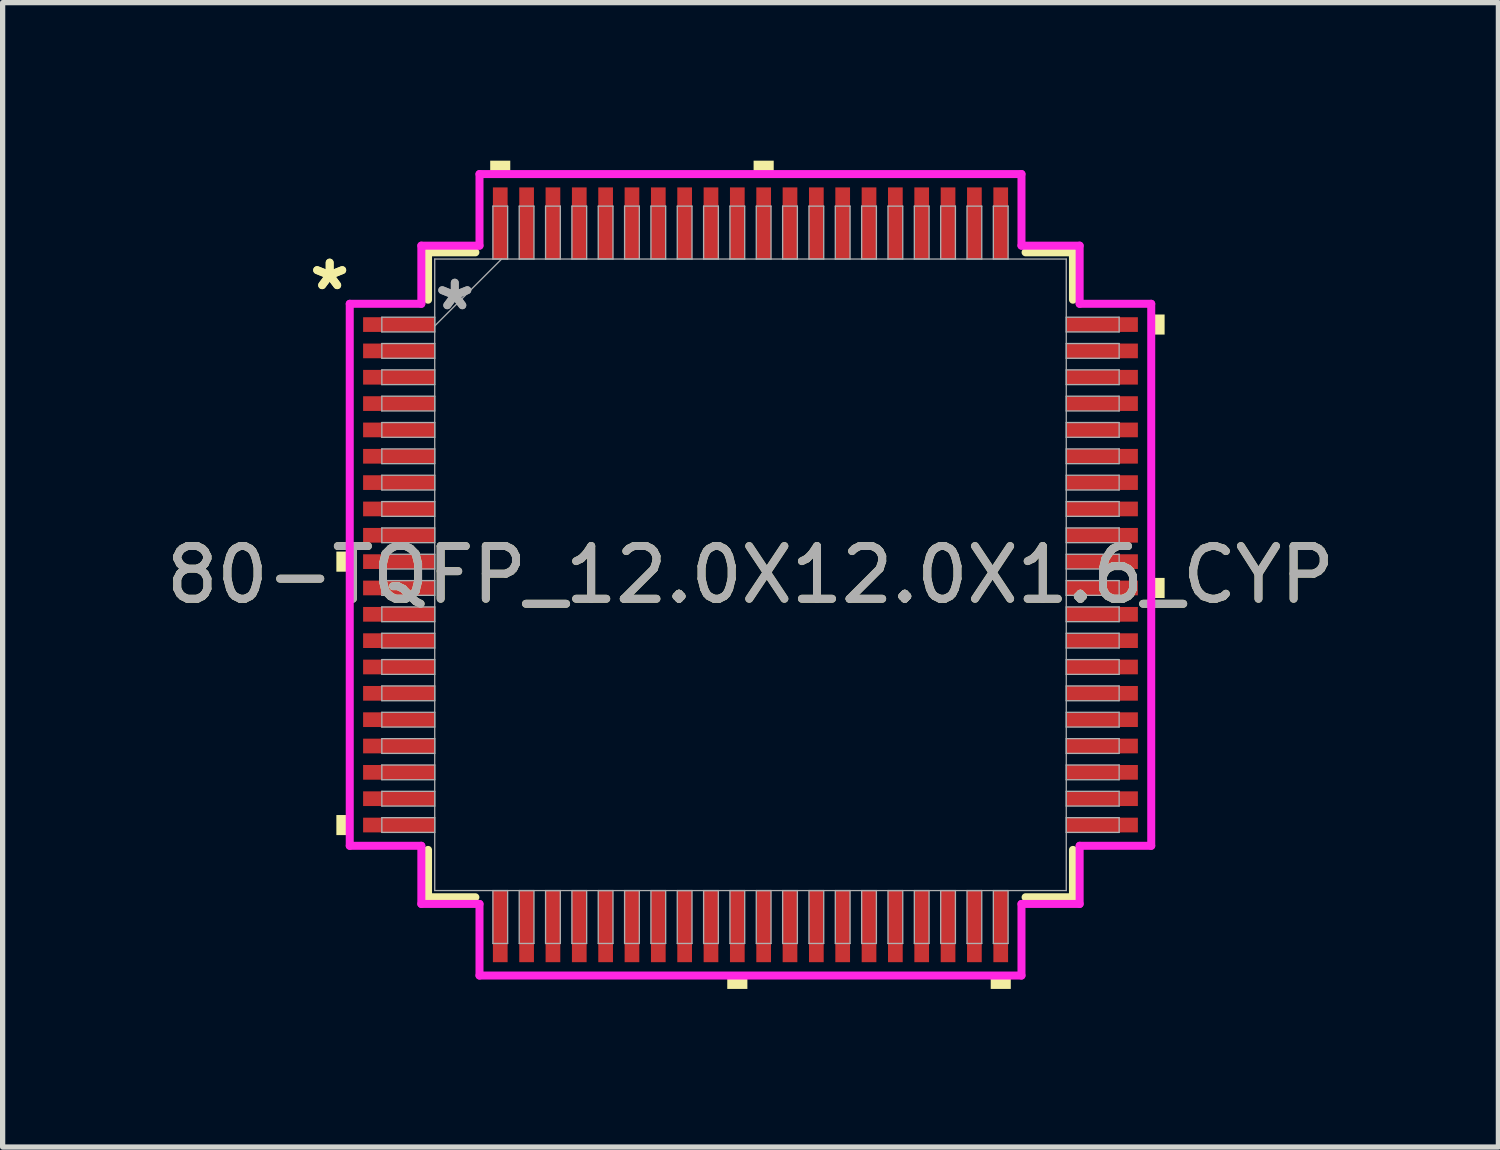
<source format=kicad_pcb>
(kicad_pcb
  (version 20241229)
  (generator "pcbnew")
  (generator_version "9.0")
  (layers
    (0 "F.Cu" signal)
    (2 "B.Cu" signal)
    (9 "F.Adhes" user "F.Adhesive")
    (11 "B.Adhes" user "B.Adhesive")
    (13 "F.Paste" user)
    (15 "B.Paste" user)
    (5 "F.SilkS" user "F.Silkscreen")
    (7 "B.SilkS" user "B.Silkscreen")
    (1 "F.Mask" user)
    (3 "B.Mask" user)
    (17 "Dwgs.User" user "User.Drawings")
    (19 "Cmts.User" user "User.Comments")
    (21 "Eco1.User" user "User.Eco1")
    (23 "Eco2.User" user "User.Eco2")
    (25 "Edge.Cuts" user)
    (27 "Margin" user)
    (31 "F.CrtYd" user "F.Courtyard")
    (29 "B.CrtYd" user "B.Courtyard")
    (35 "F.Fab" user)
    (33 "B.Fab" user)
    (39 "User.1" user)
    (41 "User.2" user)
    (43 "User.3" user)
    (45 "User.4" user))
  (footprint "80-TQFP_12.0X12.0X1.6_CYP"
    (layer "F.Cu")
    (at 11.196 7.861)
    (property "Reference" "80-TQFP_12.0X12.0X1.6_CYP" (at 0 0 0) (unlocked yes) (layer "F.SilkS") (effects (font (size 1 1) (thickness 0.15))))
    (attr smd)
    (fp_line (start -6.121 -6.121) (end -6.121 -5.222) (stroke (width 0.152) (type solid)) (layer "F.SilkS"))
    (fp_line (start -6.121 5.222) (end -6.121 6.121) (stroke (width 0.152) (type solid)) (layer "F.SilkS"))
    (fp_line (start -6.121 6.121) (end -5.222 6.121) (stroke (width 0.152) (type solid)) (layer "F.SilkS"))
    (fp_line (start -5.222 -6.121) (end -6.121 -6.121) (stroke (width 0.152) (type solid)) (layer "F.SilkS"))
    (fp_line (start 5.222 6.121) (end 6.121 6.121) (stroke (width 0.152) (type solid)) (layer "F.SilkS"))
    (fp_line (start 6.121 -6.121) (end 5.222 -6.121) (stroke (width 0.152) (type solid)) (layer "F.SilkS"))
    (fp_line (start 6.121 -5.222) (end 6.121 -6.121) (stroke (width 0.152) (type solid)) (layer "F.SilkS"))
    (fp_line (start 6.121 6.121) (end 6.121 5.222) (stroke (width 0.152) (type solid)) (layer "F.SilkS"))
    (fp_poly (pts (xy -7.861 -0.441) (xy -7.861 -0.059) (xy -7.607 -0.059) (xy -7.607 -0.441)) (stroke (width 0) (type solid)) (fill yes) (layer "F.SilkS"))
    (fp_poly (pts (xy -7.861 4.56) (xy -7.861 4.941) (xy -7.607 4.941) (xy -7.607 4.56)) (stroke (width 0) (type solid)) (fill yes) (layer "F.SilkS"))
    (fp_poly (pts (xy -4.941 -7.607) (xy -4.941 -7.861) (xy -4.56 -7.861) (xy -4.56 -7.607)) (stroke (width 0) (type solid)) (fill yes) (layer "F.SilkS"))
    (fp_poly (pts (xy -0.441 7.607) (xy -0.441 7.861) (xy -0.059 7.861) (xy -0.059 7.607)) (stroke (width 0) (type solid)) (fill yes) (layer "F.SilkS"))
    (fp_poly (pts (xy 0.059 -7.607) (xy 0.059 -7.861) (xy 0.441 -7.861) (xy 0.441 -7.607)) (stroke (width 0) (type solid)) (fill yes) (layer "F.SilkS"))
    (fp_poly (pts (xy 4.56 7.607) (xy 4.56 7.861) (xy 4.941 7.861) (xy 4.941 7.607)) (stroke (width 0) (type solid)) (fill yes) (layer "F.SilkS"))
    (fp_poly (pts (xy 7.861 -4.941) (xy 7.861 -4.56) (xy 7.607 -4.56) (xy 7.607 -4.941)) (stroke (width 0) (type solid)) (fill yes) (layer "F.SilkS"))
    (fp_poly (pts (xy 7.861 0.059) (xy 7.861 0.441) (xy 7.607 0.441) (xy 7.607 0.059)) (stroke (width 0) (type solid)) (fill yes) (layer "F.SilkS"))
    (fp_line (start -7.607 -5.144) (end -6.248 -5.144) (stroke (width 0.152) (type solid)) (layer "F.CrtYd"))
    (fp_line (start -7.607 5.144) (end -7.607 -5.144) (stroke (width 0.152) (type solid)) (layer "F.CrtYd"))
    (fp_line (start -6.248 -6.248) (end -5.144 -6.248) (stroke (width 0.152) (type solid)) (layer "F.CrtYd"))
    (fp_line (start -6.248 -5.144) (end -6.248 -6.248) (stroke (width 0.152) (type solid)) (layer "F.CrtYd"))
    (fp_line (start -6.248 5.144) (end -7.607 5.144) (stroke (width 0.152) (type solid)) (layer "F.CrtYd"))
    (fp_line (start -6.248 6.248) (end -6.248 5.144) (stroke (width 0.152) (type solid)) (layer "F.CrtYd"))
    (fp_line (start -6.248 6.248) (end -5.144 6.248) (stroke (width 0.152) (type solid)) (layer "F.CrtYd"))
    (fp_line (start -5.144 -7.607) (end 5.144 -7.607) (stroke (width 0.152) (type solid)) (layer "F.CrtYd"))
    (fp_line (start -5.144 -6.248) (end -5.144 -7.607) (stroke (width 0.152) (type solid)) (layer "F.CrtYd"))
    (fp_line (start -5.144 6.248) (end -5.144 7.607) (stroke (width 0.152) (type solid)) (layer "F.CrtYd"))
    (fp_line (start -5.144 7.607) (end 5.144 7.607) (stroke (width 0.152) (type solid)) (layer "F.CrtYd"))
    (fp_line (start 5.144 -7.607) (end 5.144 -6.248) (stroke (width 0.152) (type solid)) (layer "F.CrtYd"))
    (fp_line (start 5.144 -6.248) (end 6.248 -6.248) (stroke (width 0.152) (type solid)) (layer "F.CrtYd"))
    (fp_line (start 5.144 6.248) (end 6.248 6.248) (stroke (width 0.152) (type solid)) (layer "F.CrtYd"))
    (fp_line (start 5.144 7.607) (end 5.144 6.248) (stroke (width 0.152) (type solid)) (layer "F.CrtYd"))
    (fp_line (start 6.248 -5.144) (end 6.248 -6.248) (stroke (width 0.152) (type solid)) (layer "F.CrtYd"))
    (fp_line (start 6.248 5.144) (end 7.607 5.144) (stroke (width 0.152) (type solid)) (layer "F.CrtYd"))
    (fp_line (start 6.248 6.248) (end 6.248 5.144) (stroke (width 0.152) (type solid)) (layer "F.CrtYd"))
    (fp_line (start 7.607 -5.144) (end 6.248 -5.144) (stroke (width 0.152) (type solid)) (layer "F.CrtYd"))
    (fp_line (start 7.607 5.144) (end 7.607 -5.144) (stroke (width 0.152) (type solid)) (layer "F.CrtYd"))
    (fp_line (start -6.998 -4.89) (end -6.998 -4.61) (stroke (width 0.025) (type solid)) (layer "F.Fab"))
    (fp_line (start -6.998 -4.61) (end -5.994 -4.61) (stroke (width 0.025) (type solid)) (layer "F.Fab"))
    (fp_line (start -6.998 -4.39) (end -6.998 -4.11) (stroke (width 0.025) (type solid)) (layer "F.Fab"))
    (fp_line (start -6.998 -4.11) (end -5.994 -4.11) (stroke (width 0.025) (type solid)) (layer "F.Fab"))
    (fp_line (start -6.998 -3.89) (end -6.998 -3.61) (stroke (width 0.025) (type solid)) (layer "F.Fab"))
    (fp_line (start -6.998 -3.61) (end -5.994 -3.61) (stroke (width 0.025) (type solid)) (layer "F.Fab"))
    (fp_line (start -6.998 -3.39) (end -6.998 -3.11) (stroke (width 0.025) (type solid)) (layer "F.Fab"))
    (fp_line (start -6.998 -3.11) (end -5.994 -3.11) (stroke (width 0.025) (type solid)) (layer "F.Fab"))
    (fp_line (start -6.998 -2.89) (end -6.998 -2.61) (stroke (width 0.025) (type solid)) (layer "F.Fab"))
    (fp_line (start -6.998 -2.61) (end -5.994 -2.61) (stroke (width 0.025) (type solid)) (layer "F.Fab"))
    (fp_line (start -6.998 -2.39) (end -6.998 -2.11) (stroke (width 0.025) (type solid)) (layer "F.Fab"))
    (fp_line (start -6.998 -2.11) (end -5.994 -2.11) (stroke (width 0.025) (type solid)) (layer "F.Fab"))
    (fp_line (start -6.998 -1.89) (end -6.998 -1.61) (stroke (width 0.025) (type solid)) (layer "F.Fab"))
    (fp_line (start -6.998 -1.61) (end -5.994 -1.61) (stroke (width 0.025) (type solid)) (layer "F.Fab"))
    (fp_line (start -6.998 -1.39) (end -6.998 -1.11) (stroke (width 0.025) (type solid)) (layer "F.Fab"))
    (fp_line (start -6.998 -1.11) (end -5.994 -1.11) (stroke (width 0.025) (type solid)) (layer "F.Fab"))
    (fp_line (start -6.998 -0.89) (end -6.998 -0.61) (stroke (width 0.025) (type solid)) (layer "F.Fab"))
    (fp_line (start -6.998 -0.61) (end -5.994 -0.61) (stroke (width 0.025) (type solid)) (layer "F.Fab"))
    (fp_line (start -6.998 -0.39) (end -6.998 -0.11) (stroke (width 0.025) (type solid)) (layer "F.Fab"))
    (fp_line (start -6.998 -0.11) (end -5.994 -0.11) (stroke (width 0.025) (type solid)) (layer "F.Fab"))
    (fp_line (start -6.998 0.11) (end -6.998 0.39) (stroke (width 0.025) (type solid)) (layer "F.Fab"))
    (fp_line (start -6.998 0.39) (end -5.994 0.39) (stroke (width 0.025) (type solid)) (layer "F.Fab"))
    (fp_line (start -6.998 0.61) (end -6.998 0.89) (stroke (width 0.025) (type solid)) (layer "F.Fab"))
    (fp_line (start -6.998 0.89) (end -5.994 0.89) (stroke (width 0.025) (type solid)) (layer "F.Fab"))
    (fp_line (start -6.998 1.11) (end -6.998 1.39) (stroke (width 0.025) (type solid)) (layer "F.Fab"))
    (fp_line (start -6.998 1.39) (end -5.994 1.39) (stroke (width 0.025) (type solid)) (layer "F.Fab"))
    (fp_line (start -6.998 1.61) (end -6.998 1.89) (stroke (width 0.025) (type solid)) (layer "F.Fab"))
    (fp_line (start -6.998 1.89) (end -5.994 1.89) (stroke (width 0.025) (type solid)) (layer "F.Fab"))
    (fp_line (start -6.998 2.11) (end -6.998 2.39) (stroke (width 0.025) (type solid)) (layer "F.Fab"))
    (fp_line (start -6.998 2.39) (end -5.994 2.39) (stroke (width 0.025) (type solid)) (layer "F.Fab"))
    (fp_line (start -6.998 2.61) (end -6.998 2.89) (stroke (width 0.025) (type solid)) (layer "F.Fab"))
    (fp_line (start -6.998 2.89) (end -5.994 2.89) (stroke (width 0.025) (type solid)) (layer "F.Fab"))
    (fp_line (start -6.998 3.11) (end -6.998 3.39) (stroke (width 0.025) (type solid)) (layer "F.Fab"))
    (fp_line (start -6.998 3.39) (end -5.994 3.39) (stroke (width 0.025) (type solid)) (layer "F.Fab"))
    (fp_line (start -6.998 3.61) (end -6.998 3.89) (stroke (width 0.025) (type solid)) (layer "F.Fab"))
    (fp_line (start -6.998 3.89) (end -5.994 3.89) (stroke (width 0.025) (type solid)) (layer "F.Fab"))
    (fp_line (start -6.998 4.11) (end -6.998 4.39) (stroke (width 0.025) (type solid)) (layer "F.Fab"))
    (fp_line (start -6.998 4.39) (end -5.994 4.39) (stroke (width 0.025) (type solid)) (layer "F.Fab"))
    (fp_line (start -6.998 4.61) (end -6.998 4.89) (stroke (width 0.025) (type solid)) (layer "F.Fab"))
    (fp_line (start -6.998 4.89) (end -5.994 4.89) (stroke (width 0.025) (type solid)) (layer "F.Fab"))
    (fp_line (start -5.994 -5.994) (end -5.994 5.994) (stroke (width 0.025) (type solid)) (layer "F.Fab"))
    (fp_line (start -5.994 -4.89) (end -6.998 -4.89) (stroke (width 0.025) (type solid)) (layer "F.Fab"))
    (fp_line (start -5.994 -4.724) (end -4.724 -5.994) (stroke (width 0.025) (type solid)) (layer "F.Fab"))
    (fp_line (start -5.994 -4.61) (end -5.994 -4.89) (stroke (width 0.025) (type solid)) (layer "F.Fab"))
    (fp_line (start -5.994 -4.39) (end -6.998 -4.39) (stroke (width 0.025) (type solid)) (layer "F.Fab"))
    (fp_line (start -5.994 -4.11) (end -5.994 -4.39) (stroke (width 0.025) (type solid)) (layer "F.Fab"))
    (fp_line (start -5.994 -3.89) (end -6.998 -3.89) (stroke (width 0.025) (type solid)) (layer "F.Fab"))
    (fp_line (start -5.994 -3.61) (end -5.994 -3.89) (stroke (width 0.025) (type solid)) (layer "F.Fab"))
    (fp_line (start -5.994 -3.39) (end -6.998 -3.39) (stroke (width 0.025) (type solid)) (layer "F.Fab"))
    (fp_line (start -5.994 -3.11) (end -5.994 -3.39) (stroke (width 0.025) (type solid)) (layer "F.Fab"))
    (fp_line (start -5.994 -2.89) (end -6.998 -2.89) (stroke (width 0.025) (type solid)) (layer "F.Fab"))
    (fp_line (start -5.994 -2.61) (end -5.994 -2.89) (stroke (width 0.025) (type solid)) (layer "F.Fab"))
    (fp_line (start -5.994 -2.39) (end -6.998 -2.39) (stroke (width 0.025) (type solid)) (layer "F.Fab"))
    (fp_line (start -5.994 -2.11) (end -5.994 -2.39) (stroke (width 0.025) (type solid)) (layer "F.Fab"))
    (fp_line (start -5.994 -1.89) (end -6.998 -1.89) (stroke (width 0.025) (type solid)) (layer "F.Fab"))
    (fp_line (start -5.994 -1.61) (end -5.994 -1.89) (stroke (width 0.025) (type solid)) (layer "F.Fab"))
    (fp_line (start -5.994 -1.39) (end -6.998 -1.39) (stroke (width 0.025) (type solid)) (layer "F.Fab"))
    (fp_line (start -5.994 -1.11) (end -5.994 -1.39) (stroke (width 0.025) (type solid)) (layer "F.Fab"))
    (fp_line (start -5.994 -0.89) (end -6.998 -0.89) (stroke (width 0.025) (type solid)) (layer "F.Fab"))
    (fp_line (start -5.994 -0.61) (end -5.994 -0.89) (stroke (width 0.025) (type solid)) (layer "F.Fab"))
    (fp_line (start -5.994 -0.39) (end -6.998 -0.39) (stroke (width 0.025) (type solid)) (layer "F.Fab"))
    (fp_line (start -5.994 -0.11) (end -5.994 -0.39) (stroke (width 0.025) (type solid)) (layer "F.Fab"))
    (fp_line (start -5.994 0.11) (end -6.998 0.11) (stroke (width 0.025) (type solid)) (layer "F.Fab"))
    (fp_line (start -5.994 0.39) (end -5.994 0.11) (stroke (width 0.025) (type solid)) (layer "F.Fab"))
    (fp_line (start -5.994 0.61) (end -6.998 0.61) (stroke (width 0.025) (type solid)) (layer "F.Fab"))
    (fp_line (start -5.994 0.89) (end -5.994 0.61) (stroke (width 0.025) (type solid)) (layer "F.Fab"))
    (fp_line (start -5.994 1.11) (end -6.998 1.11) (stroke (width 0.025) (type solid)) (layer "F.Fab"))
    (fp_line (start -5.994 1.39) (end -5.994 1.11) (stroke (width 0.025) (type solid)) (layer "F.Fab"))
    (fp_line (start -5.994 1.61) (end -6.998 1.61) (stroke (width 0.025) (type solid)) (layer "F.Fab"))
    (fp_line (start -5.994 1.89) (end -5.994 1.61) (stroke (width 0.025) (type solid)) (layer "F.Fab"))
    (fp_line (start -5.994 2.11) (end -6.998 2.11) (stroke (width 0.025) (type solid)) (layer "F.Fab"))
    (fp_line (start -5.994 2.39) (end -5.994 2.11) (stroke (width 0.025) (type solid)) (layer "F.Fab"))
    (fp_line (start -5.994 2.61) (end -6.998 2.61) (stroke (width 0.025) (type solid)) (layer "F.Fab"))
    (fp_line (start -5.994 2.89) (end -5.994 2.61) (stroke (width 0.025) (type solid)) (layer "F.Fab"))
    (fp_line (start -5.994 3.11) (end -6.998 3.11) (stroke (width 0.025) (type solid)) (layer "F.Fab"))
    (fp_line (start -5.994 3.39) (end -5.994 3.11) (stroke (width 0.025) (type solid)) (layer "F.Fab"))
    (fp_line (start -5.994 3.61) (end -6.998 3.61) (stroke (width 0.025) (type solid)) (layer "F.Fab"))
    (fp_line (start -5.994 3.89) (end -5.994 3.61) (stroke (width 0.025) (type solid)) (layer "F.Fab"))
    (fp_line (start -5.994 4.11) (end -6.998 4.11) (stroke (width 0.025) (type solid)) (layer "F.Fab"))
    (fp_line (start -5.994 4.39) (end -5.994 4.11) (stroke (width 0.025) (type solid)) (layer "F.Fab"))
    (fp_line (start -5.994 4.61) (end -6.998 4.61) (stroke (width 0.025) (type solid)) (layer "F.Fab"))
    (fp_line (start -5.994 4.89) (end -5.994 4.61) (stroke (width 0.025) (type solid)) (layer "F.Fab"))
    (fp_line (start -5.994 5.994) (end 5.994 5.994) (stroke (width 0.025) (type solid)) (layer "F.Fab"))
    (fp_line (start -4.89 -6.998) (end -4.89 -5.994) (stroke (width 0.025) (type solid)) (layer "F.Fab"))
    (fp_line (start -4.89 -5.994) (end -4.61 -5.994) (stroke (width 0.025) (type solid)) (layer "F.Fab"))
    (fp_line (start -4.89 5.994) (end -4.89 6.998) (stroke (width 0.025) (type solid)) (layer "F.Fab"))
    (fp_line (start -4.89 6.998) (end -4.61 6.998) (stroke (width 0.025) (type solid)) (layer "F.Fab"))
    (fp_line (start -4.61 -6.998) (end -4.89 -6.998) (stroke (width 0.025) (type solid)) (layer "F.Fab"))
    (fp_line (start -4.61 -5.994) (end -4.61 -6.998) (stroke (width 0.025) (type solid)) (layer "F.Fab"))
    (fp_line (start -4.61 5.994) (end -4.89 5.994) (stroke (width 0.025) (type solid)) (layer "F.Fab"))
    (fp_line (start -4.61 6.998) (end -4.61 5.994) (stroke (width 0.025) (type solid)) (layer "F.Fab"))
    (fp_line (start -4.39 -6.998) (end -4.39 -5.994) (stroke (width 0.025) (type solid)) (layer "F.Fab"))
    (fp_line (start -4.39 -5.994) (end -4.11 -5.994) (stroke (width 0.025) (type solid)) (layer "F.Fab"))
    (fp_line (start -4.39 5.994) (end -4.39 6.998) (stroke (width 0.025) (type solid)) (layer "F.Fab"))
    (fp_line (start -4.39 6.998) (end -4.11 6.998) (stroke (width 0.025) (type solid)) (layer "F.Fab"))
    (fp_line (start -4.11 -6.998) (end -4.39 -6.998) (stroke (width 0.025) (type solid)) (layer "F.Fab"))
    (fp_line (start -4.11 -5.994) (end -4.11 -6.998) (stroke (width 0.025) (type solid)) (layer "F.Fab"))
    (fp_line (start -4.11 5.994) (end -4.39 5.994) (stroke (width 0.025) (type solid)) (layer "F.Fab"))
    (fp_line (start -4.11 6.998) (end -4.11 5.994) (stroke (width 0.025) (type solid)) (layer "F.Fab"))
    (fp_line (start -3.89 -6.998) (end -3.89 -5.994) (stroke (width 0.025) (type solid)) (layer "F.Fab"))
    (fp_line (start -3.89 -5.994) (end -3.61 -5.994) (stroke (width 0.025) (type solid)) (layer "F.Fab"))
    (fp_line (start -3.89 5.994) (end -3.89 6.998) (stroke (width 0.025) (type solid)) (layer "F.Fab"))
    (fp_line (start -3.89 6.998) (end -3.61 6.998) (stroke (width 0.025) (type solid)) (layer "F.Fab"))
    (fp_line (start -3.61 -6.998) (end -3.89 -6.998) (stroke (width 0.025) (type solid)) (layer "F.Fab"))
    (fp_line (start -3.61 -5.994) (end -3.61 -6.998) (stroke (width 0.025) (type solid)) (layer "F.Fab"))
    (fp_line (start -3.61 5.994) (end -3.89 5.994) (stroke (width 0.025) (type solid)) (layer "F.Fab"))
    (fp_line (start -3.61 6.998) (end -3.61 5.994) (stroke (width 0.025) (type solid)) (layer "F.Fab"))
    (fp_line (start -3.39 -6.998) (end -3.39 -5.994) (stroke (width 0.025) (type solid)) (layer "F.Fab"))
    (fp_line (start -3.39 -5.994) (end -3.11 -5.994) (stroke (width 0.025) (type solid)) (layer "F.Fab"))
    (fp_line (start -3.39 5.994) (end -3.39 6.998) (stroke (width 0.025) (type solid)) (layer "F.Fab"))
    (fp_line (start -3.39 6.998) (end -3.11 6.998) (stroke (width 0.025) (type solid)) (layer "F.Fab"))
    (fp_line (start -3.11 -6.998) (end -3.39 -6.998) (stroke (width 0.025) (type solid)) (layer "F.Fab"))
    (fp_line (start -3.11 -5.994) (end -3.11 -6.998) (stroke (width 0.025) (type solid)) (layer "F.Fab"))
    (fp_line (start -3.11 5.994) (end -3.39 5.994) (stroke (width 0.025) (type solid)) (layer "F.Fab"))
    (fp_line (start -3.11 6.998) (end -3.11 5.994) (stroke (width 0.025) (type solid)) (layer "F.Fab"))
    (fp_line (start -2.89 -6.998) (end -2.89 -5.994) (stroke (width 0.025) (type solid)) (layer "F.Fab"))
    (fp_line (start -2.89 -5.994) (end -2.61 -5.994) (stroke (width 0.025) (type solid)) (layer "F.Fab"))
    (fp_line (start -2.89 5.994) (end -2.89 6.998) (stroke (width 0.025) (type solid)) (layer "F.Fab"))
    (fp_line (start -2.89 6.998) (end -2.61 6.998) (stroke (width 0.025) (type solid)) (layer "F.Fab"))
    (fp_line (start -2.61 -6.998) (end -2.89 -6.998) (stroke (width 0.025) (type solid)) (layer "F.Fab"))
    (fp_line (start -2.61 -5.994) (end -2.61 -6.998) (stroke (width 0.025) (type solid)) (layer "F.Fab"))
    (fp_line (start -2.61 5.994) (end -2.89 5.994) (stroke (width 0.025) (type solid)) (layer "F.Fab"))
    (fp_line (start -2.61 6.998) (end -2.61 5.994) (stroke (width 0.025) (type solid)) (layer "F.Fab"))
    (fp_line (start -2.39 -6.998) (end -2.39 -5.994) (stroke (width 0.025) (type solid)) (layer "F.Fab"))
    (fp_line (start -2.39 -5.994) (end -2.11 -5.994) (stroke (width 0.025) (type solid)) (layer "F.Fab"))
    (fp_line (start -2.39 5.994) (end -2.39 6.998) (stroke (width 0.025) (type solid)) (layer "F.Fab"))
    (fp_line (start -2.39 6.998) (end -2.11 6.998) (stroke (width 0.025) (type solid)) (layer "F.Fab"))
    (fp_line (start -2.11 -6.998) (end -2.39 -6.998) (stroke (width 0.025) (type solid)) (layer "F.Fab"))
    (fp_line (start -2.11 -5.994) (end -2.11 -6.998) (stroke (width 0.025) (type solid)) (layer "F.Fab"))
    (fp_line (start -2.11 5.994) (end -2.39 5.994) (stroke (width 0.025) (type solid)) (layer "F.Fab"))
    (fp_line (start -2.11 6.998) (end -2.11 5.994) (stroke (width 0.025) (type solid)) (layer "F.Fab"))
    (fp_line (start -1.89 -6.998) (end -1.89 -5.994) (stroke (width 0.025) (type solid)) (layer "F.Fab"))
    (fp_line (start -1.89 -5.994) (end -1.61 -5.994) (stroke (width 0.025) (type solid)) (layer "F.Fab"))
    (fp_line (start -1.89 5.994) (end -1.89 6.998) (stroke (width 0.025) (type solid)) (layer "F.Fab"))
    (fp_line (start -1.89 6.998) (end -1.61 6.998) (stroke (width 0.025) (type solid)) (layer "F.Fab"))
    (fp_line (start -1.61 -6.998) (end -1.89 -6.998) (stroke (width 0.025) (type solid)) (layer "F.Fab"))
    (fp_line (start -1.61 -5.994) (end -1.61 -6.998) (stroke (width 0.025) (type solid)) (layer "F.Fab"))
    (fp_line (start -1.61 5.994) (end -1.89 5.994) (stroke (width 0.025) (type solid)) (layer "F.Fab"))
    (fp_line (start -1.61 6.998) (end -1.61 5.994) (stroke (width 0.025) (type solid)) (layer "F.Fab"))
    (fp_line (start -1.39 -6.998) (end -1.39 -5.994) (stroke (width 0.025) (type solid)) (layer "F.Fab"))
    (fp_line (start -1.39 -5.994) (end -1.11 -5.994) (stroke (width 0.025) (type solid)) (layer "F.Fab"))
    (fp_line (start -1.39 5.994) (end -1.39 6.998) (stroke (width 0.025) (type solid)) (layer "F.Fab"))
    (fp_line (start -1.39 6.998) (end -1.11 6.998) (stroke (width 0.025) (type solid)) (layer "F.Fab"))
    (fp_line (start -1.11 -6.998) (end -1.39 -6.998) (stroke (width 0.025) (type solid)) (layer "F.Fab"))
    (fp_line (start -1.11 -5.994) (end -1.11 -6.998) (stroke (width 0.025) (type solid)) (layer "F.Fab"))
    (fp_line (start -1.11 5.994) (end -1.39 5.994) (stroke (width 0.025) (type solid)) (layer "F.Fab"))
    (fp_line (start -1.11 6.998) (end -1.11 5.994) (stroke (width 0.025) (type solid)) (layer "F.Fab"))
    (fp_line (start -0.89 -6.998) (end -0.89 -5.994) (stroke (width 0.025) (type solid)) (layer "F.Fab"))
    (fp_line (start -0.89 -5.994) (end -0.61 -5.994) (stroke (width 0.025) (type solid)) (layer "F.Fab"))
    (fp_line (start -0.89 5.994) (end -0.89 6.998) (stroke (width 0.025) (type solid)) (layer "F.Fab"))
    (fp_line (start -0.89 6.998) (end -0.61 6.998) (stroke (width 0.025) (type solid)) (layer "F.Fab"))
    (fp_line (start -0.61 -6.998) (end -0.89 -6.998) (stroke (width 0.025) (type solid)) (layer "F.Fab"))
    (fp_line (start -0.61 -5.994) (end -0.61 -6.998) (stroke (width 0.025) (type solid)) (layer "F.Fab"))
    (fp_line (start -0.61 5.994) (end -0.89 5.994) (stroke (width 0.025) (type solid)) (layer "F.Fab"))
    (fp_line (start -0.61 6.998) (end -0.61 5.994) (stroke (width 0.025) (type solid)) (layer "F.Fab"))
    (fp_line (start -0.39 -6.998) (end -0.39 -5.994) (stroke (width 0.025) (type solid)) (layer "F.Fab"))
    (fp_line (start -0.39 -5.994) (end -0.11 -5.994) (stroke (width 0.025) (type solid)) (layer "F.Fab"))
    (fp_line (start -0.39 5.994) (end -0.39 6.998) (stroke (width 0.025) (type solid)) (layer "F.Fab"))
    (fp_line (start -0.39 6.998) (end -0.11 6.998) (stroke (width 0.025) (type solid)) (layer "F.Fab"))
    (fp_line (start -0.11 -6.998) (end -0.39 -6.998) (stroke (width 0.025) (type solid)) (layer "F.Fab"))
    (fp_line (start -0.11 -5.994) (end -0.11 -6.998) (stroke (width 0.025) (type solid)) (layer "F.Fab"))
    (fp_line (start -0.11 5.994) (end -0.39 5.994) (stroke (width 0.025) (type solid)) (layer "F.Fab"))
    (fp_line (start -0.11 6.998) (end -0.11 5.994) (stroke (width 0.025) (type solid)) (layer "F.Fab"))
    (fp_line (start 0.11 -6.998) (end 0.11 -5.994) (stroke (width 0.025) (type solid)) (layer "F.Fab"))
    (fp_line (start 0.11 -5.994) (end 0.39 -5.994) (stroke (width 0.025) (type solid)) (layer "F.Fab"))
    (fp_line (start 0.11 5.994) (end 0.11 6.998) (stroke (width 0.025) (type solid)) (layer "F.Fab"))
    (fp_line (start 0.11 6.998) (end 0.39 6.998) (stroke (width 0.025) (type solid)) (layer "F.Fab"))
    (fp_line (start 0.39 -6.998) (end 0.11 -6.998) (stroke (width 0.025) (type solid)) (layer "F.Fab"))
    (fp_line (start 0.39 -5.994) (end 0.39 -6.998) (stroke (width 0.025) (type solid)) (layer "F.Fab"))
    (fp_line (start 0.39 5.994) (end 0.11 5.994) (stroke (width 0.025) (type solid)) (layer "F.Fab"))
    (fp_line (start 0.39 6.998) (end 0.39 5.994) (stroke (width 0.025) (type solid)) (layer "F.Fab"))
    (fp_line (start 0.61 -6.998) (end 0.61 -5.994) (stroke (width 0.025) (type solid)) (layer "F.Fab"))
    (fp_line (start 0.61 -5.994) (end 0.89 -5.994) (stroke (width 0.025) (type solid)) (layer "F.Fab"))
    (fp_line (start 0.61 5.994) (end 0.61 6.998) (stroke (width 0.025) (type solid)) (layer "F.Fab"))
    (fp_line (start 0.61 6.998) (end 0.89 6.998) (stroke (width 0.025) (type solid)) (layer "F.Fab"))
    (fp_line (start 0.89 -6.998) (end 0.61 -6.998) (stroke (width 0.025) (type solid)) (layer "F.Fab"))
    (fp_line (start 0.89 -5.994) (end 0.89 -6.998) (stroke (width 0.025) (type solid)) (layer "F.Fab"))
    (fp_line (start 0.89 5.994) (end 0.61 5.994) (stroke (width 0.025) (type solid)) (layer "F.Fab"))
    (fp_line (start 0.89 6.998) (end 0.89 5.994) (stroke (width 0.025) (type solid)) (layer "F.Fab"))
    (fp_line (start 1.11 -6.998) (end 1.11 -5.994) (stroke (width 0.025) (type solid)) (layer "F.Fab"))
    (fp_line (start 1.11 -5.994) (end 1.39 -5.994) (stroke (width 0.025) (type solid)) (layer "F.Fab"))
    (fp_line (start 1.11 5.994) (end 1.11 6.998) (stroke (width 0.025) (type solid)) (layer "F.Fab"))
    (fp_line (start 1.11 6.998) (end 1.39 6.998) (stroke (width 0.025) (type solid)) (layer "F.Fab"))
    (fp_line (start 1.39 -6.998) (end 1.11 -6.998) (stroke (width 0.025) (type solid)) (layer "F.Fab"))
    (fp_line (start 1.39 -5.994) (end 1.39 -6.998) (stroke (width 0.025) (type solid)) (layer "F.Fab"))
    (fp_line (start 1.39 5.994) (end 1.11 5.994) (stroke (width 0.025) (type solid)) (layer "F.Fab"))
    (fp_line (start 1.39 6.998) (end 1.39 5.994) (stroke (width 0.025) (type solid)) (layer "F.Fab"))
    (fp_line (start 1.61 -6.998) (end 1.61 -5.994) (stroke (width 0.025) (type solid)) (layer "F.Fab"))
    (fp_line (start 1.61 -5.994) (end 1.89 -5.994) (stroke (width 0.025) (type solid)) (layer "F.Fab"))
    (fp_line (start 1.61 5.994) (end 1.61 6.998) (stroke (width 0.025) (type solid)) (layer "F.Fab"))
    (fp_line (start 1.61 6.998) (end 1.89 6.998) (stroke (width 0.025) (type solid)) (layer "F.Fab"))
    (fp_line (start 1.89 -6.998) (end 1.61 -6.998) (stroke (width 0.025) (type solid)) (layer "F.Fab"))
    (fp_line (start 1.89 -5.994) (end 1.89 -6.998) (stroke (width 0.025) (type solid)) (layer "F.Fab"))
    (fp_line (start 1.89 5.994) (end 1.61 5.994) (stroke (width 0.025) (type solid)) (layer "F.Fab"))
    (fp_line (start 1.89 6.998) (end 1.89 5.994) (stroke (width 0.025) (type solid)) (layer "F.Fab"))
    (fp_line (start 2.11 -6.998) (end 2.11 -5.994) (stroke (width 0.025) (type solid)) (layer "F.Fab"))
    (fp_line (start 2.11 -5.994) (end 2.39 -5.994) (stroke (width 0.025) (type solid)) (layer "F.Fab"))
    (fp_line (start 2.11 5.994) (end 2.11 6.998) (stroke (width 0.025) (type solid)) (layer "F.Fab"))
    (fp_line (start 2.11 6.998) (end 2.39 6.998) (stroke (width 0.025) (type solid)) (layer "F.Fab"))
    (fp_line (start 2.39 -6.998) (end 2.11 -6.998) (stroke (width 0.025) (type solid)) (layer "F.Fab"))
    (fp_line (start 2.39 -5.994) (end 2.39 -6.998) (stroke (width 0.025) (type solid)) (layer "F.Fab"))
    (fp_line (start 2.39 5.994) (end 2.11 5.994) (stroke (width 0.025) (type solid)) (layer "F.Fab"))
    (fp_line (start 2.39 6.998) (end 2.39 5.994) (stroke (width 0.025) (type solid)) (layer "F.Fab"))
    (fp_line (start 2.61 -6.998) (end 2.61 -5.994) (stroke (width 0.025) (type solid)) (layer "F.Fab"))
    (fp_line (start 2.61 -5.994) (end 2.89 -5.994) (stroke (width 0.025) (type solid)) (layer "F.Fab"))
    (fp_line (start 2.61 5.994) (end 2.61 6.998) (stroke (width 0.025) (type solid)) (layer "F.Fab"))
    (fp_line (start 2.61 6.998) (end 2.89 6.998) (stroke (width 0.025) (type solid)) (layer "F.Fab"))
    (fp_line (start 2.89 -6.998) (end 2.61 -6.998) (stroke (width 0.025) (type solid)) (layer "F.Fab"))
    (fp_line (start 2.89 -5.994) (end 2.89 -6.998) (stroke (width 0.025) (type solid)) (layer "F.Fab"))
    (fp_line (start 2.89 5.994) (end 2.61 5.994) (stroke (width 0.025) (type solid)) (layer "F.Fab"))
    (fp_line (start 2.89 6.998) (end 2.89 5.994) (stroke (width 0.025) (type solid)) (layer "F.Fab"))
    (fp_line (start 3.11 -6.998) (end 3.11 -5.994) (stroke (width 0.025) (type solid)) (layer "F.Fab"))
    (fp_line (start 3.11 -5.994) (end 3.39 -5.994) (stroke (width 0.025) (type solid)) (layer "F.Fab"))
    (fp_line (start 3.11 5.994) (end 3.11 6.998) (stroke (width 0.025) (type solid)) (layer "F.Fab"))
    (fp_line (start 3.11 6.998) (end 3.39 6.998) (stroke (width 0.025) (type solid)) (layer "F.Fab"))
    (fp_line (start 3.39 -6.998) (end 3.11 -6.998) (stroke (width 0.025) (type solid)) (layer "F.Fab"))
    (fp_line (start 3.39 -5.994) (end 3.39 -6.998) (stroke (width 0.025) (type solid)) (layer "F.Fab"))
    (fp_line (start 3.39 5.994) (end 3.11 5.994) (stroke (width 0.025) (type solid)) (layer "F.Fab"))
    (fp_line (start 3.39 6.998) (end 3.39 5.994) (stroke (width 0.025) (type solid)) (layer "F.Fab"))
    (fp_line (start 3.61 -6.998) (end 3.61 -5.994) (stroke (width 0.025) (type solid)) (layer "F.Fab"))
    (fp_line (start 3.61 -5.994) (end 3.89 -5.994) (stroke (width 0.025) (type solid)) (layer "F.Fab"))
    (fp_line (start 3.61 5.994) (end 3.61 6.998) (stroke (width 0.025) (type solid)) (layer "F.Fab"))
    (fp_line (start 3.61 6.998) (end 3.89 6.998) (stroke (width 0.025) (type solid)) (layer "F.Fab"))
    (fp_line (start 3.89 -6.998) (end 3.61 -6.998) (stroke (width 0.025) (type solid)) (layer "F.Fab"))
    (fp_line (start 3.89 -5.994) (end 3.89 -6.998) (stroke (width 0.025) (type solid)) (layer "F.Fab"))
    (fp_line (start 3.89 5.994) (end 3.61 5.994) (stroke (width 0.025) (type solid)) (layer "F.Fab"))
    (fp_line (start 3.89 6.998) (end 3.89 5.994) (stroke (width 0.025) (type solid)) (layer "F.Fab"))
    (fp_line (start 4.11 -6.998) (end 4.11 -5.994) (stroke (width 0.025) (type solid)) (layer "F.Fab"))
    (fp_line (start 4.11 -5.994) (end 4.39 -5.994) (stroke (width 0.025) (type solid)) (layer "F.Fab"))
    (fp_line (start 4.11 5.994) (end 4.11 6.998) (stroke (width 0.025) (type solid)) (layer "F.Fab"))
    (fp_line (start 4.11 6.998) (end 4.39 6.998) (stroke (width 0.025) (type solid)) (layer "F.Fab"))
    (fp_line (start 4.39 -6.998) (end 4.11 -6.998) (stroke (width 0.025) (type solid)) (layer "F.Fab"))
    (fp_line (start 4.39 -5.994) (end 4.39 -6.998) (stroke (width 0.025) (type solid)) (layer "F.Fab"))
    (fp_line (start 4.39 5.994) (end 4.11 5.994) (stroke (width 0.025) (type solid)) (layer "F.Fab"))
    (fp_line (start 4.39 6.998) (end 4.39 5.994) (stroke (width 0.025) (type solid)) (layer "F.Fab"))
    (fp_line (start 4.61 -6.998) (end 4.61 -5.994) (stroke (width 0.025) (type solid)) (layer "F.Fab"))
    (fp_line (start 4.61 -5.994) (end 4.89 -5.994) (stroke (width 0.025) (type solid)) (layer "F.Fab"))
    (fp_line (start 4.61 5.994) (end 4.61 6.998) (stroke (width 0.025) (type solid)) (layer "F.Fab"))
    (fp_line (start 4.61 6.998) (end 4.89 6.998) (stroke (width 0.025) (type solid)) (layer "F.Fab"))
    (fp_line (start 4.89 -6.998) (end 4.61 -6.998) (stroke (width 0.025) (type solid)) (layer "F.Fab"))
    (fp_line (start 4.89 -5.994) (end 4.89 -6.998) (stroke (width 0.025) (type solid)) (layer "F.Fab"))
    (fp_line (start 4.89 5.994) (end 4.61 5.994) (stroke (width 0.025) (type solid)) (layer "F.Fab"))
    (fp_line (start 4.89 6.998) (end 4.89 5.994) (stroke (width 0.025) (type solid)) (layer "F.Fab"))
    (fp_line (start 5.994 -5.994) (end -5.994 -5.994) (stroke (width 0.025) (type solid)) (layer "F.Fab"))
    (fp_line (start 5.994 -4.89) (end 5.994 -4.61) (stroke (width 0.025) (type solid)) (layer "F.Fab"))
    (fp_line (start 5.994 -4.61) (end 6.998 -4.61) (stroke (width 0.025) (type solid)) (layer "F.Fab"))
    (fp_line (start 5.994 -4.39) (end 5.994 -4.11) (stroke (width 0.025) (type solid)) (layer "F.Fab"))
    (fp_line (start 5.994 -4.11) (end 6.998 -4.11) (stroke (width 0.025) (type solid)) (layer "F.Fab"))
    (fp_line (start 5.994 -3.89) (end 5.994 -3.61) (stroke (width 0.025) (type solid)) (layer "F.Fab"))
    (fp_line (start 5.994 -3.61) (end 6.998 -3.61) (stroke (width 0.025) (type solid)) (layer "F.Fab"))
    (fp_line (start 5.994 -3.39) (end 5.994 -3.11) (stroke (width 0.025) (type solid)) (layer "F.Fab"))
    (fp_line (start 5.994 -3.11) (end 6.998 -3.11) (stroke (width 0.025) (type solid)) (layer "F.Fab"))
    (fp_line (start 5.994 -2.89) (end 5.994 -2.61) (stroke (width 0.025) (type solid)) (layer "F.Fab"))
    (fp_line (start 5.994 -2.61) (end 6.998 -2.61) (stroke (width 0.025) (type solid)) (layer "F.Fab"))
    (fp_line (start 5.994 -2.39) (end 5.994 -2.11) (stroke (width 0.025) (type solid)) (layer "F.Fab"))
    (fp_line (start 5.994 -2.11) (end 6.998 -2.11) (stroke (width 0.025) (type solid)) (layer "F.Fab"))
    (fp_line (start 5.994 -1.89) (end 5.994 -1.61) (stroke (width 0.025) (type solid)) (layer "F.Fab"))
    (fp_line (start 5.994 -1.61) (end 6.998 -1.61) (stroke (width 0.025) (type solid)) (layer "F.Fab"))
    (fp_line (start 5.994 -1.39) (end 5.994 -1.11) (stroke (width 0.025) (type solid)) (layer "F.Fab"))
    (fp_line (start 5.994 -1.11) (end 6.998 -1.11) (stroke (width 0.025) (type solid)) (layer "F.Fab"))
    (fp_line (start 5.994 -0.89) (end 5.994 -0.61) (stroke (width 0.025) (type solid)) (layer "F.Fab"))
    (fp_line (start 5.994 -0.61) (end 6.998 -0.61) (stroke (width 0.025) (type solid)) (layer "F.Fab"))
    (fp_line (start 5.994 -0.39) (end 5.994 -0.11) (stroke (width 0.025) (type solid)) (layer "F.Fab"))
    (fp_line (start 5.994 -0.11) (end 6.998 -0.11) (stroke (width 0.025) (type solid)) (layer "F.Fab"))
    (fp_line (start 5.994 0.11) (end 5.994 0.39) (stroke (width 0.025) (type solid)) (layer "F.Fab"))
    (fp_line (start 5.994 0.39) (end 6.998 0.39) (stroke (width 0.025) (type solid)) (layer "F.Fab"))
    (fp_line (start 5.994 0.61) (end 5.994 0.89) (stroke (width 0.025) (type solid)) (layer "F.Fab"))
    (fp_line (start 5.994 0.89) (end 6.998 0.89) (stroke (width 0.025) (type solid)) (layer "F.Fab"))
    (fp_line (start 5.994 1.11) (end 5.994 1.39) (stroke (width 0.025) (type solid)) (layer "F.Fab"))
    (fp_line (start 5.994 1.39) (end 6.998 1.39) (stroke (width 0.025) (type solid)) (layer "F.Fab"))
    (fp_line (start 5.994 1.61) (end 5.994 1.89) (stroke (width 0.025) (type solid)) (layer "F.Fab"))
    (fp_line (start 5.994 1.89) (end 6.998 1.89) (stroke (width 0.025) (type solid)) (layer "F.Fab"))
    (fp_line (start 5.994 2.11) (end 5.994 2.39) (stroke (width 0.025) (type solid)) (layer "F.Fab"))
    (fp_line (start 5.994 2.39) (end 6.998 2.39) (stroke (width 0.025) (type solid)) (layer "F.Fab"))
    (fp_line (start 5.994 2.61) (end 5.994 2.89) (stroke (width 0.025) (type solid)) (layer "F.Fab"))
    (fp_line (start 5.994 2.89) (end 6.998 2.89) (stroke (width 0.025) (type solid)) (layer "F.Fab"))
    (fp_line (start 5.994 3.11) (end 5.994 3.39) (stroke (width 0.025) (type solid)) (layer "F.Fab"))
    (fp_line (start 5.994 3.39) (end 6.998 3.39) (stroke (width 0.025) (type solid)) (layer "F.Fab"))
    (fp_line (start 5.994 3.61) (end 5.994 3.89) (stroke (width 0.025) (type solid)) (layer "F.Fab"))
    (fp_line (start 5.994 3.89) (end 6.998 3.89) (stroke (width 0.025) (type solid)) (layer "F.Fab"))
    (fp_line (start 5.994 4.11) (end 5.994 4.39) (stroke (width 0.025) (type solid)) (layer "F.Fab"))
    (fp_line (start 5.994 4.39) (end 6.998 4.39) (stroke (width 0.025) (type solid)) (layer "F.Fab"))
    (fp_line (start 5.994 4.61) (end 5.994 4.89) (stroke (width 0.025) (type solid)) (layer "F.Fab"))
    (fp_line (start 5.994 4.89) (end 6.998 4.89) (stroke (width 0.025) (type solid)) (layer "F.Fab"))
    (fp_line (start 5.994 5.994) (end 5.994 -5.994) (stroke (width 0.025) (type solid)) (layer "F.Fab"))
    (fp_line (start 6.998 -4.89) (end 5.994 -4.89) (stroke (width 0.025) (type solid)) (layer "F.Fab"))
    (fp_line (start 6.998 -4.61) (end 6.998 -4.89) (stroke (width 0.025) (type solid)) (layer "F.Fab"))
    (fp_line (start 6.998 -4.39) (end 5.994 -4.39) (stroke (width 0.025) (type solid)) (layer "F.Fab"))
    (fp_line (start 6.998 -4.11) (end 6.998 -4.39) (stroke (width 0.025) (type solid)) (layer "F.Fab"))
    (fp_line (start 6.998 -3.89) (end 5.994 -3.89) (stroke (width 0.025) (type solid)) (layer "F.Fab"))
    (fp_line (start 6.998 -3.61) (end 6.998 -3.89) (stroke (width 0.025) (type solid)) (layer "F.Fab"))
    (fp_line (start 6.998 -3.39) (end 5.994 -3.39) (stroke (width 0.025) (type solid)) (layer "F.Fab"))
    (fp_line (start 6.998 -3.11) (end 6.998 -3.39) (stroke (width 0.025) (type solid)) (layer "F.Fab"))
    (fp_line (start 6.998 -2.89) (end 5.994 -2.89) (stroke (width 0.025) (type solid)) (layer "F.Fab"))
    (fp_line (start 6.998 -2.61) (end 6.998 -2.89) (stroke (width 0.025) (type solid)) (layer "F.Fab"))
    (fp_line (start 6.998 -2.39) (end 5.994 -2.39) (stroke (width 0.025) (type solid)) (layer "F.Fab"))
    (fp_line (start 6.998 -2.11) (end 6.998 -2.39) (stroke (width 0.025) (type solid)) (layer "F.Fab"))
    (fp_line (start 6.998 -1.89) (end 5.994 -1.89) (stroke (width 0.025) (type solid)) (layer "F.Fab"))
    (fp_line (start 6.998 -1.61) (end 6.998 -1.89) (stroke (width 0.025) (type solid)) (layer "F.Fab"))
    (fp_line (start 6.998 -1.39) (end 5.994 -1.39) (stroke (width 0.025) (type solid)) (layer "F.Fab"))
    (fp_line (start 6.998 -1.11) (end 6.998 -1.39) (stroke (width 0.025) (type solid)) (layer "F.Fab"))
    (fp_line (start 6.998 -0.89) (end 5.994 -0.89) (stroke (width 0.025) (type solid)) (layer "F.Fab"))
    (fp_line (start 6.998 -0.61) (end 6.998 -0.89) (stroke (width 0.025) (type solid)) (layer "F.Fab"))
    (fp_line (start 6.998 -0.39) (end 5.994 -0.39) (stroke (width 0.025) (type solid)) (layer "F.Fab"))
    (fp_line (start 6.998 -0.11) (end 6.998 -0.39) (stroke (width 0.025) (type solid)) (layer "F.Fab"))
    (fp_line (start 6.998 0.11) (end 5.994 0.11) (stroke (width 0.025) (type solid)) (layer "F.Fab"))
    (fp_line (start 6.998 0.39) (end 6.998 0.11) (stroke (width 0.025) (type solid)) (layer "F.Fab"))
    (fp_line (start 6.998 0.61) (end 5.994 0.61) (stroke (width 0.025) (type solid)) (layer "F.Fab"))
    (fp_line (start 6.998 0.89) (end 6.998 0.61) (stroke (width 0.025) (type solid)) (layer "F.Fab"))
    (fp_line (start 6.998 1.11) (end 5.994 1.11) (stroke (width 0.025) (type solid)) (layer "F.Fab"))
    (fp_line (start 6.998 1.39) (end 6.998 1.11) (stroke (width 0.025) (type solid)) (layer "F.Fab"))
    (fp_line (start 6.998 1.61) (end 5.994 1.61) (stroke (width 0.025) (type solid)) (layer "F.Fab"))
    (fp_line (start 6.998 1.89) (end 6.998 1.61) (stroke (width 0.025) (type solid)) (layer "F.Fab"))
    (fp_line (start 6.998 2.11) (end 5.994 2.11) (stroke (width 0.025) (type solid)) (layer "F.Fab"))
    (fp_line (start 6.998 2.39) (end 6.998 2.11) (stroke (width 0.025) (type solid)) (layer "F.Fab"))
    (fp_line (start 6.998 2.61) (end 5.994 2.61) (stroke (width 0.025) (type solid)) (layer "F.Fab"))
    (fp_line (start 6.998 2.89) (end 6.998 2.61) (stroke (width 0.025) (type solid)) (layer "F.Fab"))
    (fp_line (start 6.998 3.11) (end 5.994 3.11) (stroke (width 0.025) (type solid)) (layer "F.Fab"))
    (fp_line (start 6.998 3.39) (end 6.998 3.11) (stroke (width 0.025) (type solid)) (layer "F.Fab"))
    (fp_line (start 6.998 3.61) (end 5.994 3.61) (stroke (width 0.025) (type solid)) (layer "F.Fab"))
    (fp_line (start 6.998 3.89) (end 6.998 3.61) (stroke (width 0.025) (type solid)) (layer "F.Fab"))
    (fp_line (start 6.998 4.11) (end 5.994 4.11) (stroke (width 0.025) (type solid)) (layer "F.Fab"))
    (fp_line (start 6.998 4.39) (end 6.998 4.11) (stroke (width 0.025) (type solid)) (layer "F.Fab"))
    (fp_line (start 6.998 4.61) (end 5.994 4.61) (stroke (width 0.025) (type solid)) (layer "F.Fab"))
    (fp_line (start 6.998 4.89) (end 6.998 4.61) (stroke (width 0.025) (type solid)) (layer "F.Fab"))
    (fp_text user "*" (at -7.988 -5.381 0) (unlocked yes) (layer "F.SilkS") (effects (font (size 1 1) (thickness 0.15))))
    (fp_text user "*" (at -7.988 -5.381 0) (layer "F.SilkS") (effects (font (size 1 1) (thickness 0.15))))
    (fp_text user "${REFERENCE}" (at 0 0 0) (unlocked yes) (layer "F.Fab") (effects (font (size 1 1) (thickness 0.15))))
    (fp_text user "*" (at -5.613 -5 0) (unlocked yes) (layer "F.Fab") (effects (font (size 1 1) (thickness 0.15))))
    (fp_text user "*" (at -5.613 -5 0) (layer "F.Fab") (effects (font (size 1 1) (thickness 0.15))))
    (pad "1" smd rect (at -6.674 -4.75 90) (size 0.279 1.359) (layers "F.Cu" "F.Mask" "F.Paste"))
    (pad "2" smd rect (at -6.674 -4.25 90) (size 0.279 1.359) (layers "F.Cu" "F.Mask" "F.Paste"))
    (pad "3" smd rect (at -6.674 -3.75 90) (size 0.279 1.359) (layers "F.Cu" "F.Mask" "F.Paste"))
    (pad "4" smd rect (at -6.674 -3.25 90) (size 0.279 1.359) (layers "F.Cu" "F.Mask" "F.Paste"))
    (pad "5" smd rect (at -6.674 -2.75 90) (size 0.279 1.359) (layers "F.Cu" "F.Mask" "F.Paste"))
    (pad "6" smd rect (at -6.674 -2.25 90) (size 0.279 1.359) (layers "F.Cu" "F.Mask" "F.Paste"))
    (pad "7" smd rect (at -6.674 -1.75 90) (size 0.279 1.359) (layers "F.Cu" "F.Mask" "F.Paste"))
    (pad "8" smd rect (at -6.674 -1.25 90) (size 0.279 1.359) (layers "F.Cu" "F.Mask" "F.Paste"))
    (pad "9" smd rect (at -6.674 -0.75 90) (size 0.279 1.359) (layers "F.Cu" "F.Mask" "F.Paste"))
    (pad "10" smd rect (at -6.674 -0.25 90) (size 0.279 1.359) (layers "F.Cu" "F.Mask" "F.Paste"))
    (pad "11" smd rect (at -6.674 0.25 90) (size 0.279 1.359) (layers "F.Cu" "F.Mask" "F.Paste"))
    (pad "12" smd rect (at -6.674 0.75 90) (size 0.279 1.359) (layers "F.Cu" "F.Mask" "F.Paste"))
    (pad "13" smd rect (at -6.674 1.25 90) (size 0.279 1.359) (layers "F.Cu" "F.Mask" "F.Paste"))
    (pad "14" smd rect (at -6.674 1.75 90) (size 0.279 1.359) (layers "F.Cu" "F.Mask" "F.Paste"))
    (pad "15" smd rect (at -6.674 2.25 90) (size 0.279 1.359) (layers "F.Cu" "F.Mask" "F.Paste"))
    (pad "16" smd rect (at -6.674 2.75 90) (size 0.279 1.359) (layers "F.Cu" "F.Mask" "F.Paste"))
    (pad "17" smd rect (at -6.674 3.25 90) (size 0.279 1.359) (layers "F.Cu" "F.Mask" "F.Paste"))
    (pad "18" smd rect (at -6.674 3.75 90) (size 0.279 1.359) (layers "F.Cu" "F.Mask" "F.Paste"))
    (pad "19" smd rect (at -6.674 4.25 90) (size 0.279 1.359) (layers "F.Cu" "F.Mask" "F.Paste"))
    (pad "20" smd rect (at -6.674 4.75 90) (size 0.279 1.359) (layers "F.Cu" "F.Mask" "F.Paste"))
    (pad "21" smd rect (at -4.75 6.674) (size 0.279 1.359) (layers "F.Cu" "F.Mask" "F.Paste"))
    (pad "22" smd rect (at -4.25 6.674) (size 0.279 1.359) (layers "F.Cu" "F.Mask" "F.Paste"))
    (pad "23" smd rect (at -3.75 6.674) (size 0.279 1.359) (layers "F.Cu" "F.Mask" "F.Paste"))
    (pad "24" smd rect (at -3.25 6.674) (size 0.279 1.359) (layers "F.Cu" "F.Mask" "F.Paste"))
    (pad "25" smd rect (at -2.75 6.674) (size 0.279 1.359) (layers "F.Cu" "F.Mask" "F.Paste"))
    (pad "26" smd rect (at -2.25 6.674) (size 0.279 1.359) (layers "F.Cu" "F.Mask" "F.Paste"))
    (pad "27" smd rect (at -1.75 6.674) (size 0.279 1.359) (layers "F.Cu" "F.Mask" "F.Paste"))
    (pad "28" smd rect (at -1.25 6.674) (size 0.279 1.359) (layers "F.Cu" "F.Mask" "F.Paste"))
    (pad "29" smd rect (at -0.75 6.674) (size 0.279 1.359) (layers "F.Cu" "F.Mask" "F.Paste"))
    (pad "30" smd rect (at -0.25 6.674) (size 0.279 1.359) (layers "F.Cu" "F.Mask" "F.Paste"))
    (pad "31" smd rect (at 0.25 6.674) (size 0.279 1.359) (layers "F.Cu" "F.Mask" "F.Paste"))
    (pad "32" smd rect (at 0.75 6.674) (size 0.279 1.359) (layers "F.Cu" "F.Mask" "F.Paste"))
    (pad "33" smd rect (at 1.25 6.674) (size 0.279 1.359) (layers "F.Cu" "F.Mask" "F.Paste"))
    (pad "34" smd rect (at 1.75 6.674) (size 0.279 1.359) (layers "F.Cu" "F.Mask" "F.Paste"))
    (pad "35" smd rect (at 2.25 6.674) (size 0.279 1.359) (layers "F.Cu" "F.Mask" "F.Paste"))
    (pad "36" smd rect (at 2.75 6.674) (size 0.279 1.359) (layers "F.Cu" "F.Mask" "F.Paste"))
    (pad "37" smd rect (at 3.25 6.674) (size 0.279 1.359) (layers "F.Cu" "F.Mask" "F.Paste"))
    (pad "38" smd rect (at 3.75 6.674) (size 0.279 1.359) (layers "F.Cu" "F.Mask" "F.Paste"))
    (pad "39" smd rect (at 4.25 6.674) (size 0.279 1.359) (layers "F.Cu" "F.Mask" "F.Paste"))
    (pad "40" smd rect (at 4.75 6.674) (size 0.279 1.359) (layers "F.Cu" "F.Mask" "F.Paste"))
    (pad "41" smd rect (at 6.674 4.75 90) (size 0.279 1.359) (layers "F.Cu" "F.Mask" "F.Paste"))
    (pad "42" smd rect (at 6.674 4.25 90) (size 0.279 1.359) (layers "F.Cu" "F.Mask" "F.Paste"))
    (pad "43" smd rect (at 6.674 3.75 90) (size 0.279 1.359) (layers "F.Cu" "F.Mask" "F.Paste"))
    (pad "44" smd rect (at 6.674 3.25 90) (size 0.279 1.359) (layers "F.Cu" "F.Mask" "F.Paste"))
    (pad "45" smd rect (at 6.674 2.75 90) (size 0.279 1.359) (layers "F.Cu" "F.Mask" "F.Paste"))
    (pad "46" smd rect (at 6.674 2.25 90) (size 0.279 1.359) (layers "F.Cu" "F.Mask" "F.Paste"))
    (pad "47" smd rect (at 6.674 1.75 90) (size 0.279 1.359) (layers "F.Cu" "F.Mask" "F.Paste"))
    (pad "48" smd rect (at 6.674 1.25 90) (size 0.279 1.359) (layers "F.Cu" "F.Mask" "F.Paste"))
    (pad "49" smd rect (at 6.674 0.75 90) (size 0.279 1.359) (layers "F.Cu" "F.Mask" "F.Paste"))
    (pad "50" smd rect (at 6.674 0.25 90) (size 0.279 1.359) (layers "F.Cu" "F.Mask" "F.Paste"))
    (pad "51" smd rect (at 6.674 -0.25 90) (size 0.279 1.359) (layers "F.Cu" "F.Mask" "F.Paste"))
    (pad "52" smd rect (at 6.674 -0.75 90) (size 0.279 1.359) (layers "F.Cu" "F.Mask" "F.Paste"))
    (pad "53" smd rect (at 6.674 -1.25 90) (size 0.279 1.359) (layers "F.Cu" "F.Mask" "F.Paste"))
    (pad "54" smd rect (at 6.674 -1.75 90) (size 0.279 1.359) (layers "F.Cu" "F.Mask" "F.Paste"))
    (pad "55" smd rect (at 6.674 -2.25 90) (size 0.279 1.359) (layers "F.Cu" "F.Mask" "F.Paste"))
    (pad "56" smd rect (at 6.674 -2.75 90) (size 0.279 1.359) (layers "F.Cu" "F.Mask" "F.Paste"))
    (pad "57" smd rect (at 6.674 -3.25 90) (size 0.279 1.359) (layers "F.Cu" "F.Mask" "F.Paste"))
    (pad "58" smd rect (at 6.674 -3.75 90) (size 0.279 1.359) (layers "F.Cu" "F.Mask" "F.Paste"))
    (pad "59" smd rect (at 6.674 -4.25 90) (size 0.279 1.359) (layers "F.Cu" "F.Mask" "F.Paste"))
    (pad "60" smd rect (at 6.674 -4.75 90) (size 0.279 1.359) (layers "F.Cu" "F.Mask" "F.Paste"))
    (pad "61" smd rect (at 4.75 -6.674) (size 0.279 1.359) (layers "F.Cu" "F.Mask" "F.Paste"))
    (pad "62" smd rect (at 4.25 -6.674) (size 0.279 1.359) (layers "F.Cu" "F.Mask" "F.Paste"))
    (pad "63" smd rect (at 3.75 -6.674) (size 0.279 1.359) (layers "F.Cu" "F.Mask" "F.Paste"))
    (pad "64" smd rect (at 3.25 -6.674) (size 0.279 1.359) (layers "F.Cu" "F.Mask" "F.Paste"))
    (pad "65" smd rect (at 2.75 -6.674) (size 0.279 1.359) (layers "F.Cu" "F.Mask" "F.Paste"))
    (pad "66" smd rect (at 2.25 -6.674) (size 0.279 1.359) (layers "F.Cu" "F.Mask" "F.Paste"))
    (pad "67" smd rect (at 1.75 -6.674) (size 0.279 1.359) (layers "F.Cu" "F.Mask" "F.Paste"))
    (pad "68" smd rect (at 1.25 -6.674) (size 0.279 1.359) (layers "F.Cu" "F.Mask" "F.Paste"))
    (pad "69" smd rect (at 0.75 -6.674) (size 0.279 1.359) (layers "F.Cu" "F.Mask" "F.Paste"))
    (pad "70" smd rect (at 0.25 -6.674) (size 0.279 1.359) (layers "F.Cu" "F.Mask" "F.Paste"))
    (pad "71" smd rect (at -0.25 -6.674) (size 0.279 1.359) (layers "F.Cu" "F.Mask" "F.Paste"))
    (pad "72" smd rect (at -0.75 -6.674) (size 0.279 1.359) (layers "F.Cu" "F.Mask" "F.Paste"))
    (pad "73" smd rect (at -1.25 -6.674) (size 0.279 1.359) (layers "F.Cu" "F.Mask" "F.Paste"))
    (pad "74" smd rect (at -1.75 -6.674) (size 0.279 1.359) (layers "F.Cu" "F.Mask" "F.Paste"))
    (pad "75" smd rect (at -2.25 -6.674) (size 0.279 1.359) (layers "F.Cu" "F.Mask" "F.Paste"))
    (pad "76" smd rect (at -2.75 -6.674) (size 0.279 1.359) (layers "F.Cu" "F.Mask" "F.Paste"))
    (pad "77" smd rect (at -3.25 -6.674) (size 0.279 1.359) (layers "F.Cu" "F.Mask" "F.Paste"))
    (pad "78" smd rect (at -3.75 -6.674) (size 0.279 1.359) (layers "F.Cu" "F.Mask" "F.Paste"))
    (pad "79" smd rect (at -4.25 -6.674) (size 0.279 1.359) (layers "F.Cu" "F.Mask" "F.Paste"))
    (pad "80" smd rect (at -4.75 -6.674) (size 0.279 1.359) (layers "F.Cu" "F.Mask" "F.Paste")))
  (gr_rect
    (start -3 -3)
    (end 25.393 18.723)
    (stroke (width 0.1) (type default))
    (fill no)
    (layer "Edge.Cuts")))
</source>
